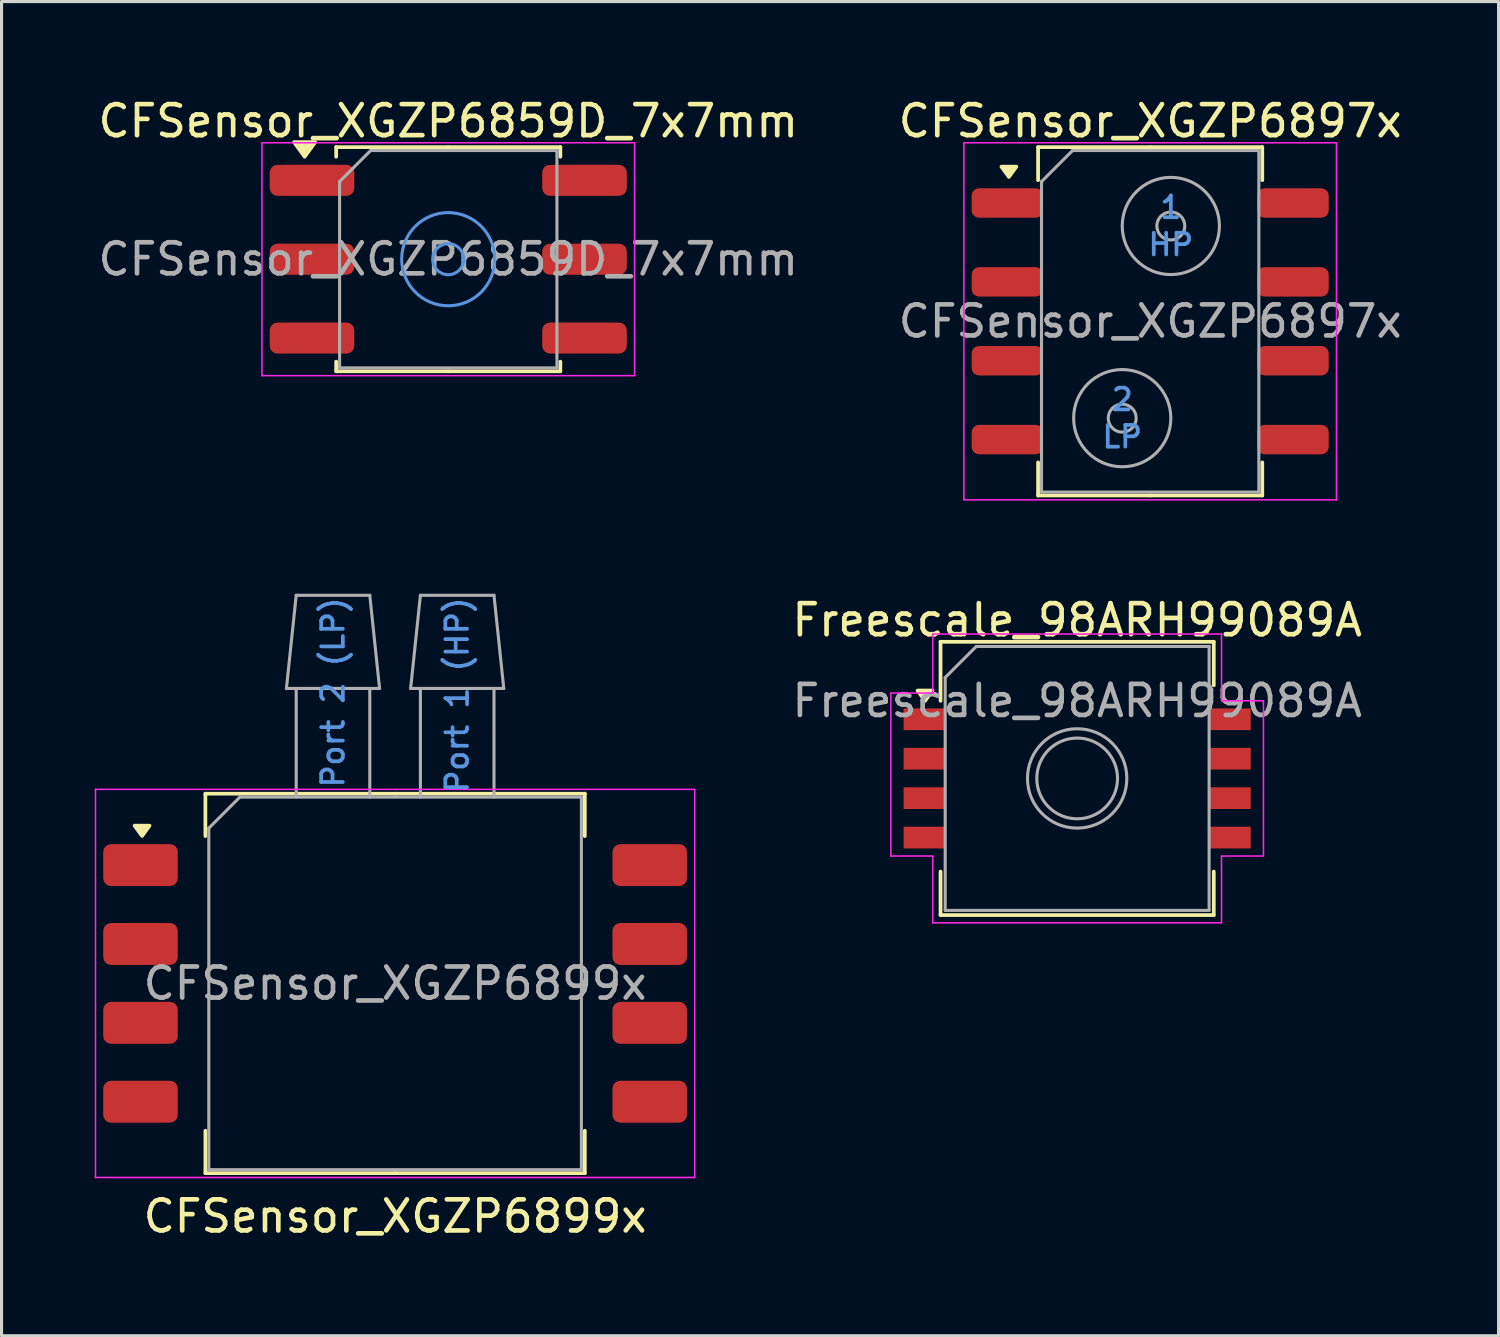
<source format=kicad_pcb>
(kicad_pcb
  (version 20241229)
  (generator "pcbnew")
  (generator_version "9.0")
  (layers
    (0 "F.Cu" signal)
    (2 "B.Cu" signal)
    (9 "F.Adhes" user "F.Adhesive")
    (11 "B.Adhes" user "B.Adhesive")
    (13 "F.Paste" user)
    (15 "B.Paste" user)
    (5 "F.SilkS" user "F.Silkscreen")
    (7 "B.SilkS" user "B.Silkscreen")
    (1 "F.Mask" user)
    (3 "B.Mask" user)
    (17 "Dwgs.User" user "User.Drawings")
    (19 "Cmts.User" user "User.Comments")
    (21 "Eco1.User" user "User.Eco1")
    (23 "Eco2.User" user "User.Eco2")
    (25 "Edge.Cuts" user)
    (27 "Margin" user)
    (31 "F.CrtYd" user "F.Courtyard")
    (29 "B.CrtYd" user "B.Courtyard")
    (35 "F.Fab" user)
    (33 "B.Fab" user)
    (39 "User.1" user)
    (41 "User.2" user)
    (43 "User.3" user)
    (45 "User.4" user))
  (footprint "CFSensor_XGZP6899x"
    (layer "F.Cu")
    (at 9.675 28.623)
    (property "Reference" "CFSensor_XGZP6899x" (at 0 7.5 0) (layer "F.SilkS") (effects (font (size 1 1) (thickness 0.15))))
    (attr smd)
    (fp_line (start -6.11 -4.745) (end -6.11 -6.11) (stroke (width 0.12) (type solid)) (layer "F.SilkS"))
    (fp_line (start -6.11 6.11) (end -6.11 4.745) (stroke (width 0.12) (type solid)) (layer "F.SilkS"))
    (fp_line (start 0 -6.11) (end -6.11 -6.11) (stroke (width 0.12) (type solid)) (layer "F.SilkS"))
    (fp_line (start 0 6.11) (end -6.11 6.11) (stroke (width 0.12) (type solid)) (layer "F.SilkS"))
    (fp_line (start 0 6.11) (end 6.11 6.11) (stroke (width 0.12) (type solid)) (layer "F.SilkS"))
    (fp_line (start 6.11 -6.11) (end 0 -6.11) (stroke (width 0.12) (type solid)) (layer "F.SilkS"))
    (fp_line (start 6.11 -4.745) (end 6.11 -6.11) (stroke (width 0.12) (type solid)) (layer "F.SilkS"))
    (fp_line (start 6.11 6.11) (end 6.11 4.745) (stroke (width 0.12) (type solid)) (layer "F.SilkS"))
    (fp_poly (pts (xy -8.15 -4.75) (xy -8.39 -5.08) (xy -7.91 -5.08) (xy -8.15 -4.75)) (stroke (width 0.12) (type solid)) (fill yes) (layer "F.SilkS"))
    (fp_line (start -9.65 -6.25) (end -9.65 6.25) (stroke (width 0.05) (type solid)) (layer "F.CrtYd"))
    (fp_line (start -9.65 6.25) (end 9.65 6.25) (stroke (width 0.05) (type solid)) (layer "F.CrtYd"))
    (fp_line (start 9.65 -6.25) (end -9.65 -6.25) (stroke (width 0.05) (type solid)) (layer "F.CrtYd"))
    (fp_line (start 9.65 6.25) (end 9.65 -6.25) (stroke (width 0.05) (type solid)) (layer "F.CrtYd"))
    (fp_line (start -6 -5) (end -5 -6) (stroke (width 0.1) (type solid)) (layer "F.Fab"))
    (fp_line (start -6 6) (end -6 -5) (stroke (width 0.1) (type solid)) (layer "F.Fab"))
    (fp_line (start -5 -6) (end 6 -6) (stroke (width 0.1) (type solid)) (layer "F.Fab"))
    (fp_line (start -3.5 -9.5) (end -3.185 -12.5) (stroke (width 0.1) (type default)) (layer "F.Fab"))
    (fp_line (start -3.5 -9.5) (end -0.5 -9.5) (stroke (width 0.1) (type default)) (layer "F.Fab"))
    (fp_line (start -3.185 -12.5) (end -0.815 -12.5) (stroke (width 0.1) (type default)) (layer "F.Fab"))
    (fp_line (start -3.185 -6) (end -3.185 -9.5) (stroke (width 0.1) (type default)) (layer "F.Fab"))
    (fp_line (start -0.815 -9.5) (end -0.815 -6) (stroke (width 0.1) (type default)) (layer "F.Fab"))
    (fp_line (start -0.5 -9.5) (end -0.815 -12.5) (stroke (width 0.1) (type default)) (layer "F.Fab"))
    (fp_line (start 0.5 -9.5) (end 0.815 -12.5) (stroke (width 0.1) (type default)) (layer "F.Fab"))
    (fp_line (start 0.5 -9.5) (end 3.5 -9.5) (stroke (width 0.1) (type default)) (layer "F.Fab"))
    (fp_line (start 0.815 -12.5) (end 3.185 -12.5) (stroke (width 0.1) (type default)) (layer "F.Fab"))
    (fp_line (start 0.815 -6) (end 0.815 -9.5) (stroke (width 0.1) (type default)) (layer "F.Fab"))
    (fp_line (start 3.185 -9.5) (end 3.185 -6) (stroke (width 0.1) (type default)) (layer "F.Fab"))
    (fp_line (start 3.5 -9.5) (end 3.185 -12.5) (stroke (width 0.1) (type default)) (layer "F.Fab"))
    (fp_line (start 6 -6) (end 6 6) (stroke (width 0.1) (type solid)) (layer "F.Fab"))
    (fp_line (start 6 6) (end -6 6) (stroke (width 0.1) (type solid)) (layer "F.Fab"))
    (fp_text user "Port 2 (LP)" (at -2 -12.5 90) (unlocked yes) (layer "Cmts.User") (effects (font (size 0.7 0.7) (thickness 0.12) (bold yes)) (justify right)))
    (fp_text user "Port 1 (HP)" (at 2 -12.5 90) (unlocked yes) (layer "Cmts.User") (effects (font (size 0.7 0.7) (thickness 0.12) (bold yes)) (justify right)))
    (fp_text user "${REFERENCE}" (at 0 0 0) (layer "F.Fab") (effects (font (size 1 1) (thickness 0.15))))
    (pad "1" smd roundrect (at -8.2 -3.81) (size 2.4 1.35) (layers "F.Cu" "F.Mask" "F.Paste") (roundrect_rratio 0.185))
    (pad "2" smd roundrect (at -8.2 -1.27) (size 2.4 1.35) (layers "F.Cu" "F.Mask" "F.Paste") (roundrect_rratio 0.185))
    (pad "3" smd roundrect (at -8.2 1.27) (size 2.4 1.35) (layers "F.Cu" "F.Mask" "F.Paste") (roundrect_rratio 0.185))
    (pad "4" smd roundrect (at -8.2 3.81) (size 2.4 1.35) (layers "F.Cu" "F.Mask" "F.Paste") (roundrect_rratio 0.185))
    (pad "5" smd roundrect (at 8.2 3.81) (size 2.4 1.35) (layers "F.Cu" "F.Mask" "F.Paste") (roundrect_rratio 0.185))
    (pad "6" smd roundrect (at 8.2 1.27) (size 2.4 1.35) (layers "F.Cu" "F.Mask" "F.Paste") (roundrect_rratio 0.185))
    (pad "7" smd roundrect (at 8.2 -1.27) (size 2.4 1.35) (layers "F.Cu" "F.Mask" "F.Paste") (roundrect_rratio 0.185))
    (pad "8" smd roundrect (at 8.2 -3.81) (size 2.4 1.35) (layers "F.Cu" "F.Mask" "F.Paste") (roundrect_rratio 0.185)))
  (footprint "CFSensor_XGZP6859D_7x7mm"
    (layer "F.Cu")
    (at 11.387 5.298)
    (property "Reference" "CFSensor_XGZP6859D_7x7mm" (at 0 -4.45 0) (layer "F.SilkS") (effects (font (size 1 1) (thickness 0.15))))
    (attr smd)
    (fp_line (start -3.61 -3.61) (end -3.61 -3.3) (stroke (width 0.12) (type solid)) (layer "F.SilkS"))
    (fp_line (start -3.61 3.61) (end -3.61 3.3) (stroke (width 0.12) (type solid)) (layer "F.SilkS"))
    (fp_line (start 0 -3.61) (end -3.61 -3.61) (stroke (width 0.12) (type solid)) (layer "F.SilkS"))
    (fp_line (start 0 -3.61) (end 3.61 -3.61) (stroke (width 0.12) (type solid)) (layer "F.SilkS"))
    (fp_line (start 0 3.61) (end -3.61 3.61) (stroke (width 0.12) (type solid)) (layer "F.SilkS"))
    (fp_line (start 0 3.61) (end 3.61 3.61) (stroke (width 0.12) (type solid)) (layer "F.SilkS"))
    (fp_line (start 3.61 -3.61) (end 3.61 -3.3) (stroke (width 0.12) (type solid)) (layer "F.SilkS"))
    (fp_line (start 3.61 3.61) (end 3.61 3.3) (stroke (width 0.12) (type solid)) (layer "F.SilkS"))
    (fp_poly (pts (xy -4.625 -3.3) (xy -4.965 -3.77) (xy -4.285 -3.77) (xy -4.625 -3.3)) (stroke (width 0.12) (type solid)) (fill yes) (layer "F.SilkS"))
    (fp_circle (center 0 0) (end 0.5 0) (stroke (width 0.1) (type default)) (fill no) (layer "Cmts.User"))
    (fp_circle (center 0 0) (end 1.5 0) (stroke (width 0.1) (type default)) (fill no) (layer "Cmts.User"))
    (fp_line (start -6 -3.75) (end -6 3.75) (stroke (width 0.05) (type solid)) (layer "F.CrtYd"))
    (fp_line (start -6 3.75) (end 6 3.75) (stroke (width 0.05) (type solid)) (layer "F.CrtYd"))
    (fp_line (start 6 -3.75) (end -6 -3.75) (stroke (width 0.05) (type solid)) (layer "F.CrtYd"))
    (fp_line (start 6 3.75) (end 6 -3.75) (stroke (width 0.05) (type solid)) (layer "F.CrtYd"))
    (fp_line (start -3.5 -2.5) (end -2.5 -3.5) (stroke (width 0.1) (type solid)) (layer "F.Fab"))
    (fp_line (start -3.5 3.5) (end -3.5 -2.5) (stroke (width 0.1) (type solid)) (layer "F.Fab"))
    (fp_line (start -2.5 -3.5) (end 3.5 -3.5) (stroke (width 0.1) (type solid)) (layer "F.Fab"))
    (fp_line (start 3.5 -3.5) (end 3.5 3.5) (stroke (width 0.1) (type solid)) (layer "F.Fab"))
    (fp_line (start 3.5 3.5) (end -3.5 3.5) (stroke (width 0.1) (type solid)) (layer "F.Fab"))
    (fp_text user "${REFERENCE}" (at 0 0 0) (layer "F.Fab") (effects (font (size 1 1) (thickness 0.15))))
    (pad "1" smd roundrect (at -4.388 -2.54) (size 2.725 1) (layers "F.Cu" "F.Mask" "F.Paste") (roundrect_rratio 0.25))
    (pad "2" smd roundrect (at -4.388 0) (size 2.725 1) (layers "F.Cu" "F.Mask" "F.Paste") (roundrect_rratio 0.25))
    (pad "3" smd roundrect (at -4.388 2.54) (size 2.725 1) (layers "F.Cu" "F.Mask" "F.Paste") (roundrect_rratio 0.25))
    (pad "4" smd roundrect (at 4.388 2.54) (size 2.725 1) (layers "F.Cu" "F.Mask" "F.Paste") (roundrect_rratio 0.25))
    (pad "5" smd roundrect (at 4.388 0) (size 2.725 1) (layers "F.Cu" "F.Mask" "F.Paste") (roundrect_rratio 0.25))
    (pad "6" smd roundrect (at 4.388 -2.54) (size 2.725 1) (layers "F.Cu" "F.Mask" "F.Paste") (roundrect_rratio 0.25)))
  (footprint "CFSensor_XGZP6897x"
    (layer "F.Cu")
    (at 33.994 7.298)
    (property "Reference" "CFSensor_XGZP6897x" (at 0 -6.45 0) (layer "F.SilkS") (effects (font (size 1 1) (thickness 0.15))))
    (attr smd)
    (fp_line (start -3.61 -5.61) (end -3.61 -4.545) (stroke (width 0.12) (type solid)) (layer "F.SilkS"))
    (fp_line (start -3.61 5.61) (end -3.61 4.545) (stroke (width 0.12) (type solid)) (layer "F.SilkS"))
    (fp_line (start 0 -5.61) (end -3.61 -5.61) (stroke (width 0.12) (type solid)) (layer "F.SilkS"))
    (fp_line (start 0 -5.61) (end 3.61 -5.61) (stroke (width 0.12) (type solid)) (layer "F.SilkS"))
    (fp_line (start 0 5.61) (end -3.61 5.61) (stroke (width 0.12) (type solid)) (layer "F.SilkS"))
    (fp_line (start 0 5.61) (end 3.61 5.61) (stroke (width 0.12) (type solid)) (layer "F.SilkS"))
    (fp_line (start 3.61 -5.61) (end 3.61 -4.545) (stroke (width 0.12) (type solid)) (layer "F.SilkS"))
    (fp_line (start 3.61 5.61) (end 3.61 4.545) (stroke (width 0.12) (type solid)) (layer "F.SilkS"))
    (fp_poly (pts (xy -4.55 -4.65) (xy -4.79 -4.98) (xy -4.31 -4.98) (xy -4.55 -4.65)) (stroke (width 0.12) (type solid)) (fill yes) (layer "F.SilkS"))
    (fp_line (start -6 -5.75) (end -6 5.75) (stroke (width 0.05) (type solid)) (layer "F.CrtYd"))
    (fp_line (start -6 5.75) (end 6 5.75) (stroke (width 0.05) (type solid)) (layer "F.CrtYd"))
    (fp_line (start 6 -5.75) (end -6 -5.75) (stroke (width 0.05) (type solid)) (layer "F.CrtYd"))
    (fp_line (start 6 5.75) (end 6 -5.75) (stroke (width 0.05) (type solid)) (layer "F.CrtYd"))
    (fp_line (start -3.5 -4.5) (end -2.5 -5.5) (stroke (width 0.1) (type solid)) (layer "F.Fab"))
    (fp_line (start -3.5 5.5) (end -3.5 -4.5) (stroke (width 0.1) (type solid)) (layer "F.Fab"))
    (fp_line (start -2.5 -5.5) (end 3.5 -5.5) (stroke (width 0.1) (type solid)) (layer "F.Fab"))
    (fp_line (start 3.5 -5.5) (end 3.5 5.5) (stroke (width 0.1) (type solid)) (layer "F.Fab"))
    (fp_line (start 3.5 5.5) (end -3.5 5.5) (stroke (width 0.1) (type solid)) (layer "F.Fab"))
    (fp_circle (center -0.9 3.12) (end -0.45 3.12) (stroke (width 0.1) (type default)) (fill no) (layer "F.Fab"))
    (fp_circle (center -0.9 3.12) (end 0.665 3.12) (stroke (width 0.1) (type default)) (fill no) (layer "F.Fab"))
    (fp_circle (center 0.665 -3.07) (end 1.115 -3.07) (stroke (width 0.1) (type default)) (fill no) (layer "F.Fab"))
    (fp_circle (center 0.665 -3.07) (end 2.23 -3.07) (stroke (width 0.1) (type default)) (fill no) (layer "F.Fab"))
    (fp_text user "1" (at 0.665 -3.67 0) (unlocked yes) (layer "Cmts.User") (effects (font (size 0.7 0.7) (thickness 0.12) (bold yes))))
    (fp_text user "HP" (at 0.665 -2.47 0) (unlocked yes) (layer "Cmts.User") (effects (font (size 0.7 0.7) (thickness 0.12) (bold yes))))
    (fp_text user "LP" (at -0.9 3.72 0) (unlocked yes) (layer "Cmts.User") (effects (font (size 0.7 0.7) (thickness 0.12) (bold yes))))
    (fp_text user "2" (at -0.9 2.52 0) (unlocked yes) (layer "Cmts.User") (effects (font (size 0.7 0.7) (thickness 0.12) (bold yes))))
    (fp_text user "${REFERENCE}" (at 0 0 0) (layer "F.Fab") (effects (font (size 1 1) (thickness 0.15))))
    (pad "1" smd roundrect (at -4.6 -3.81) (size 2.3 0.95) (layers "F.Cu" "F.Mask" "F.Paste") (roundrect_rratio 0.25))
    (pad "2" smd roundrect (at -4.6 -1.27) (size 2.3 0.95) (layers "F.Cu" "F.Mask" "F.Paste") (roundrect_rratio 0.25))
    (pad "3" smd roundrect (at -4.6 1.27) (size 2.3 0.95) (layers "F.Cu" "F.Mask" "F.Paste") (roundrect_rratio 0.25))
    (pad "4" smd roundrect (at -4.6 3.81) (size 2.3 0.95) (layers "F.Cu" "F.Mask" "F.Paste") (roundrect_rratio 0.25))
    (pad "5" smd roundrect (at 4.6 3.81) (size 2.3 0.95) (layers "F.Cu" "F.Mask" "F.Paste") (roundrect_rratio 0.25))
    (pad "6" smd roundrect (at 4.6 1.27) (size 2.3 0.95) (layers "F.Cu" "F.Mask" "F.Paste") (roundrect_rratio 0.25))
    (pad "7" smd roundrect (at 4.6 -1.27) (size 2.3 0.95) (layers "F.Cu" "F.Mask" "F.Paste") (roundrect_rratio 0.25))
    (pad "8" smd roundrect (at 4.6 -3.81) (size 2.3 0.95) (layers "F.Cu" "F.Mask" "F.Paste") (roundrect_rratio 0.25)))
  (footprint "Freescale_98ARH99089A"
    (layer "F.Cu")
    (at 31.642 22.021)
    (property "Reference" "Freescale_98ARH99089A" (at 0 -5.1 0) (layer "F.SilkS") (effects (font (size 1 1) (thickness 0.15))))
    (attr smd)
    (fp_line (start -4.4 -4.4) (end -4.4 -2.5) (stroke (width 0.12) (type solid)) (layer "F.SilkS"))
    (fp_line (start -4.4 4.4) (end -4.4 3) (stroke (width 0.12) (type solid)) (layer "F.SilkS"))
    (fp_line (start 4.4 -4.4) (end -4.4 -4.4) (stroke (width 0.12) (type solid)) (layer "F.SilkS"))
    (fp_line (start 4.4 -3) (end 4.4 -4.4) (stroke (width 0.12) (type solid)) (layer "F.SilkS"))
    (fp_line (start 4.4 3) (end 4.4 4.4) (stroke (width 0.12) (type solid)) (layer "F.SilkS"))
    (fp_line (start 4.4 4.4) (end -4.4 4.4) (stroke (width 0.12) (type solid)) (layer "F.SilkS"))
    (fp_poly (pts (xy -4.9 -2.5) (xy -5.14 -2.83) (xy -4.66 -2.83) (xy -4.9 -2.5)) (stroke (width 0.12) (type solid)) (fill yes) (layer "F.SilkS"))
    (fp_line (start -6 -2.75) (end -4.65 -2.75) (stroke (width 0.05) (type solid)) (layer "F.CrtYd"))
    (fp_line (start -6 2.5) (end -6 -2.75) (stroke (width 0.05) (type solid)) (layer "F.CrtYd"))
    (fp_line (start -5.75 -2.75) (end -5.75 -2.75) (stroke (width 0.05) (type solid)) (layer "F.CrtYd"))
    (fp_line (start -4.65 -4.65) (end 4.65 -4.65) (stroke (width 0.05) (type solid)) (layer "F.CrtYd"))
    (fp_line (start -4.65 -2.75) (end -4.65 -4.65) (stroke (width 0.05) (type solid)) (layer "F.CrtYd"))
    (fp_line (start -4.65 2.5) (end -6 2.5) (stroke (width 0.05) (type solid)) (layer "F.CrtYd"))
    (fp_line (start -4.65 4.65) (end -4.65 2.5) (stroke (width 0.05) (type solid)) (layer "F.CrtYd"))
    (fp_line (start 4.65 -4.65) (end 4.65 -2.5) (stroke (width 0.05) (type solid)) (layer "F.CrtYd"))
    (fp_line (start 4.65 -2.5) (end 6 -2.5) (stroke (width 0.05) (type solid)) (layer "F.CrtYd"))
    (fp_line (start 4.65 2.5) (end 4.65 4.65) (stroke (width 0.05) (type solid)) (layer "F.CrtYd"))
    (fp_line (start 4.65 4.65) (end -4.65 4.65) (stroke (width 0.05) (type solid)) (layer "F.CrtYd"))
    (fp_line (start 6 -2.5) (end 6 2.5) (stroke (width 0.05) (type solid)) (layer "F.CrtYd"))
    (fp_line (start 6 2.5) (end 4.65 2.5) (stroke (width 0.05) (type solid)) (layer "F.CrtYd"))
    (fp_line (start -4.25 -3.25) (end -3.25 -4.25) (stroke (width 0.1) (type solid)) (layer "F.Fab"))
    (fp_line (start -4.25 4.25) (end -4.25 -3.25) (stroke (width 0.1) (type solid)) (layer "F.Fab"))
    (fp_line (start -3.25 -4.25) (end 4.25 -4.25) (stroke (width 0.1) (type solid)) (layer "F.Fab"))
    (fp_line (start 4.25 -4.25) (end 4.25 4.25) (stroke (width 0.1) (type solid)) (layer "F.Fab"))
    (fp_line (start 4.25 4.25) (end -4.25 4.25) (stroke (width 0.1) (type solid)) (layer "F.Fab"))
    (fp_circle (center 0 0) (end 1.3 0) (stroke (width 0.1) (type solid)) (fill no) (layer "F.Fab"))
    (fp_circle (center 0 0) (end 1.6 0) (stroke (width 0.1) (type solid)) (fill no) (layer "F.Fab"))
    (fp_text user "${REFERENCE}" (at 0 -2.5 0) (layer "F.Fab") (effects (font (size 1 1) (thickness 0.15))))
    (pad "1" smd rect (at -4.915 -1.905) (size 1.35 0.7) (layers "F.Cu" "F.Mask" "F.Paste"))
    (pad "2" smd rect (at -4.915 -0.635) (size 1.35 0.7) (layers "F.Cu" "F.Mask" "F.Paste"))
    (pad "3" smd rect (at -4.915 0.635) (size 1.35 0.7) (layers "F.Cu" "F.Mask" "F.Paste"))
    (pad "4" smd rect (at -4.915 1.905) (size 1.35 0.7) (layers "F.Cu" "F.Mask" "F.Paste"))
    (pad "5" smd rect (at 4.915 1.905) (size 1.35 0.7) (layers "F.Cu" "F.Mask" "F.Paste"))
    (pad "6" smd rect (at 4.915 0.635) (size 1.35 0.7) (layers "F.Cu" "F.Mask" "F.Paste"))
    (pad "7" smd rect (at 4.915 -0.635) (size 1.35 0.7) (layers "F.Cu" "F.Mask" "F.Paste"))
    (pad "8" smd rect (at 4.915 -1.905) (size 1.35 0.7) (layers "F.Cu" "F.Mask" "F.Paste")))
  (gr_rect
    (start -3 -3)
    (end 45.214 39.971)
    (stroke (width 0.1) (type default))
    (fill no)
    (layer "Edge.Cuts")))
</source>
